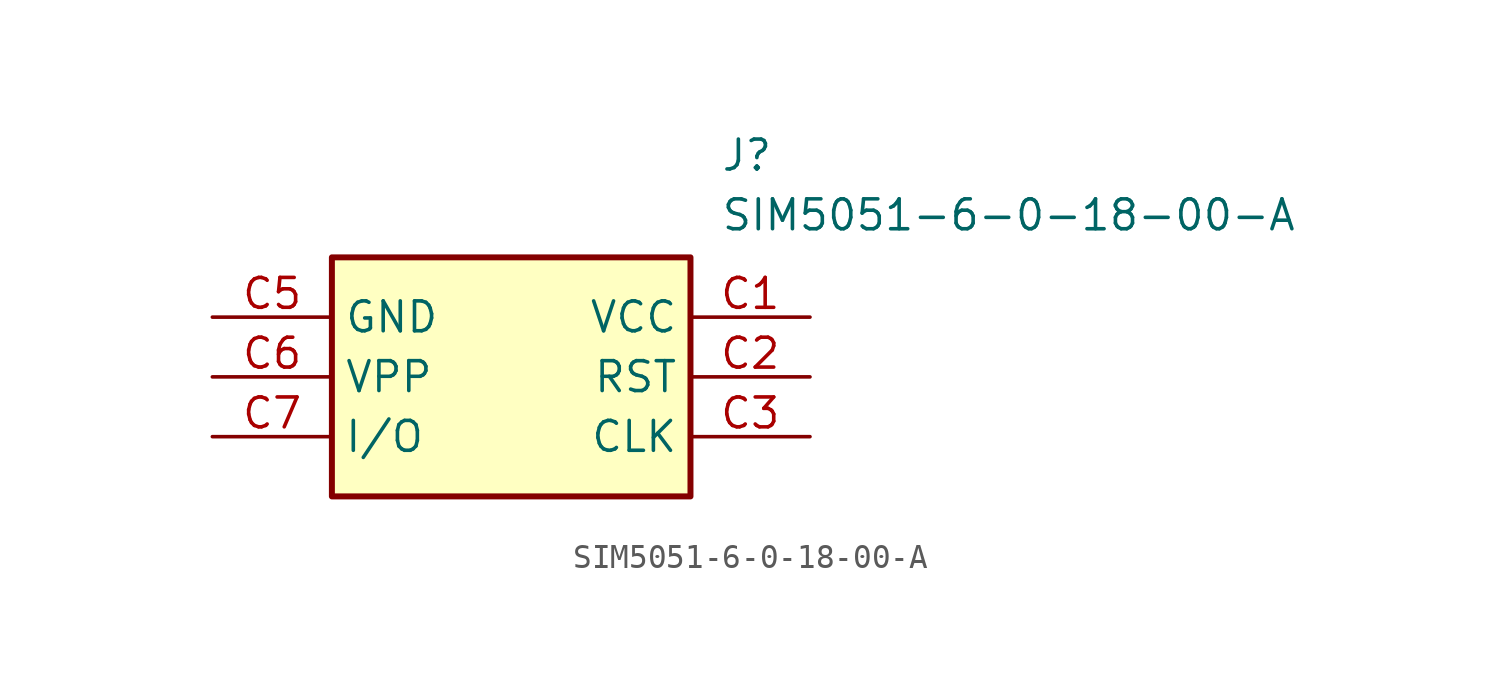
<source format=kicad_sym>
(kicad_symbol_lib
  (version 20211014)
  (generator SamacSys_ECAD_Model)
  (symbol "SIM5051-6-0-18-00-A"
    (property "Reference" "J"
      (at 21.59 7.62 0)
      (effects (font (size 1.27 1.27)) (justify left top)))
    (property "Value" "SIM5051-6-0-18-00-A"
      (at 21.59 5.08 0)
      (effects (font (size 1.27 1.27)) (justify left top)))
    (rectangle
      (start 5.08 2.54)
      (end 20.32 -7.62)
      (stroke (width 0.254) (type default))
      (fill (type background)))
    (pin passive line
      (at 25.4 0 180)
      (length 5.08)
      (name "VCC" (effects (font (size 1.27 1.27))))
      (number "C1" (effects (font (size 1.27 1.27)))))
    (pin passive line
      (at 25.4 -2.54 180)
      (length 5.08)
      (name "RST" (effects (font (size 1.27 1.27))))
      (number "C2" (effects (font (size 1.27 1.27)))))
    (pin passive line
      (at 25.4 -5.08 180)
      (length 5.08)
      (name "CLK" (effects (font (size 1.27 1.27))))
      (number "C3" (effects (font (size 1.27 1.27)))))
    (pin passive line
      (at 0 0 0)
      (length 5.08)
      (name "GND" (effects (font (size 1.27 1.27))))
      (number "C5" (effects (font (size 1.27 1.27)))))
    (pin passive line
      (at 0 -2.54 0)
      (length 5.08)
      (name "VPP" (effects (font (size 1.27 1.27))))
      (number "C6" (effects (font (size 1.27 1.27)))))
    (pin passive line
      (at 0 -5.08 0)
      (length 5.08)
      (name "I/O" (effects (font (size 1.27 1.27))))
      (number "C7" (effects (font (size 1.27 1.27)))))))
</source>
